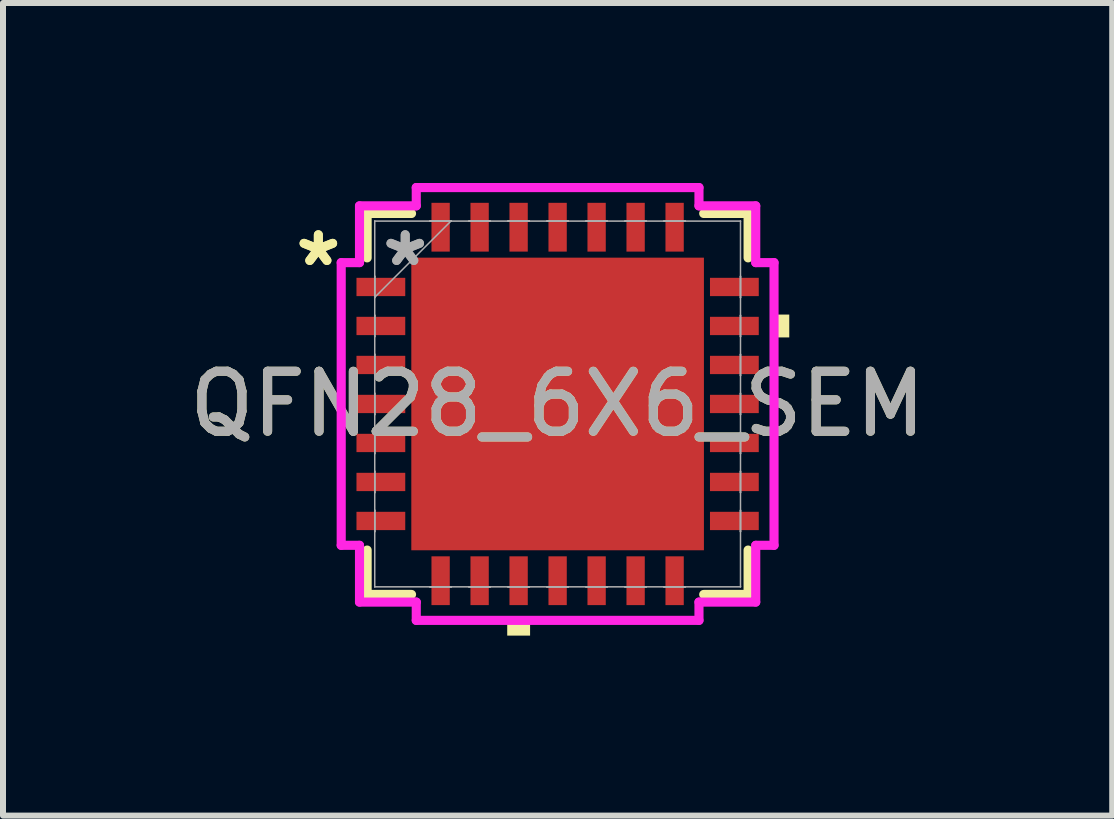
<source format=kicad_pcb>
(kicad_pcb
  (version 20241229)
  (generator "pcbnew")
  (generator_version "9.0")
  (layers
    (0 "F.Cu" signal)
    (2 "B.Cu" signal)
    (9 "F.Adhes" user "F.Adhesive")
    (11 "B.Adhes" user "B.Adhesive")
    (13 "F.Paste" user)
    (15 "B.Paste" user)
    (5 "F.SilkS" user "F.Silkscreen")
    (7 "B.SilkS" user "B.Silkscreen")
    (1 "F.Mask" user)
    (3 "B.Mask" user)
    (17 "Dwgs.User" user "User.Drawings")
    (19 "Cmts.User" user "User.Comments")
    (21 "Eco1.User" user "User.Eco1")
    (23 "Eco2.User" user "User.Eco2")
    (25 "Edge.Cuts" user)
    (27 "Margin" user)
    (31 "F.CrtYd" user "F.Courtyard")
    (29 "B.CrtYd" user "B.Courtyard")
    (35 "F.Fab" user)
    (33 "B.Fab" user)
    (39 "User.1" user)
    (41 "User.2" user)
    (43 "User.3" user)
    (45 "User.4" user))
  (footprint "QFN28_6X6_SEM"
    (layer "F.Cu")
    (at 6.244 3.683)
    (property "Reference" "QFN28_6X6_SEM" (at 0 0 0) (unlocked yes) (layer "F.SilkS") (effects (font (size 1 1) (thickness 0.15))))
    (attr smd)
    (fp_line (start -3.175 -3.175) (end -3.175 -2.435) (stroke (width 0.152) (type solid)) (layer "F.SilkS"))
    (fp_line (start -3.175 2.435) (end -3.175 3.175) (stroke (width 0.152) (type solid)) (layer "F.SilkS"))
    (fp_line (start -3.175 3.175) (end -2.435 3.175) (stroke (width 0.152) (type solid)) (layer "F.SilkS"))
    (fp_line (start -2.435 -3.175) (end -3.175 -3.175) (stroke (width 0.152) (type solid)) (layer "F.SilkS"))
    (fp_line (start 2.435 3.175) (end 3.175 3.175) (stroke (width 0.152) (type solid)) (layer "F.SilkS"))
    (fp_line (start 3.175 -3.175) (end 2.435 -3.175) (stroke (width 0.152) (type solid)) (layer "F.SilkS"))
    (fp_line (start 3.175 -2.435) (end 3.175 -3.175) (stroke (width 0.152) (type solid)) (layer "F.SilkS"))
    (fp_line (start 3.175 3.175) (end 3.175 2.435) (stroke (width 0.152) (type solid)) (layer "F.SilkS"))
    (fp_poly (pts (xy -0.84 3.607) (xy -0.84 3.861) (xy -0.459 3.861) (xy -0.459 3.607)) (stroke (width 0) (type solid)) (fill yes) (layer "F.SilkS"))
    (fp_poly (pts (xy 3.861 -1.49) (xy 3.861 -1.109) (xy 3.607 -1.109) (xy 3.607 -1.49)) (stroke (width 0) (type solid)) (fill yes) (layer "F.SilkS"))
    (fp_poly (pts (xy -2.338 -2.338) (xy -2.338 -0.913) (xy -0.913 -0.913) (xy -0.913 -2.338)) (stroke (width 0) (type solid)) (fill yes) (layer "F.Paste"))
    (fp_poly (pts (xy -2.338 -0.713) (xy -2.338 0.713) (xy -0.913 0.713) (xy -0.913 -0.713)) (stroke (width 0) (type solid)) (fill yes) (layer "F.Paste"))
    (fp_poly (pts (xy -2.338 0.913) (xy -2.338 2.338) (xy -0.913 2.338) (xy -0.913 0.913)) (stroke (width 0) (type solid)) (fill yes) (layer "F.Paste"))
    (fp_poly (pts (xy -0.713 -2.338) (xy -0.713 -0.913) (xy 0.713 -0.913) (xy 0.713 -2.338)) (stroke (width 0) (type solid)) (fill yes) (layer "F.Paste"))
    (fp_poly (pts (xy -0.713 -0.713) (xy -0.713 0.713) (xy 0.713 0.713) (xy 0.713 -0.713)) (stroke (width 0) (type solid)) (fill yes) (layer "F.Paste"))
    (fp_poly (pts (xy -0.713 0.913) (xy -0.713 2.338) (xy 0.713 2.338) (xy 0.713 0.913)) (stroke (width 0) (type solid)) (fill yes) (layer "F.Paste"))
    (fp_poly (pts (xy 0.913 -2.338) (xy 0.913 -0.913) (xy 2.338 -0.913) (xy 2.338 -2.338)) (stroke (width 0) (type solid)) (fill yes) (layer "F.Paste"))
    (fp_poly (pts (xy 0.913 -0.713) (xy 0.913 0.713) (xy 2.338 0.713) (xy 2.338 -0.713)) (stroke (width 0) (type solid)) (fill yes) (layer "F.Paste"))
    (fp_poly (pts (xy 0.913 0.913) (xy 0.913 2.338) (xy 2.338 2.338) (xy 2.338 0.913)) (stroke (width 0) (type solid)) (fill yes) (layer "F.Paste"))
    (fp_line (start -3.607 -2.356) (end -3.302 -2.356) (stroke (width 0.152) (type solid)) (layer "F.CrtYd"))
    (fp_line (start -3.607 2.356) (end -3.607 -2.356) (stroke (width 0.152) (type solid)) (layer "F.CrtYd"))
    (fp_line (start -3.302 -3.302) (end -2.356 -3.302) (stroke (width 0.152) (type solid)) (layer "F.CrtYd"))
    (fp_line (start -3.302 -2.356) (end -3.302 -3.302) (stroke (width 0.152) (type solid)) (layer "F.CrtYd"))
    (fp_line (start -3.302 2.356) (end -3.607 2.356) (stroke (width 0.152) (type solid)) (layer "F.CrtYd"))
    (fp_line (start -3.302 3.302) (end -3.302 2.356) (stroke (width 0.152) (type solid)) (layer "F.CrtYd"))
    (fp_line (start -2.356 -3.607) (end 2.356 -3.607) (stroke (width 0.152) (type solid)) (layer "F.CrtYd"))
    (fp_line (start -2.356 -3.302) (end -2.356 -3.607) (stroke (width 0.152) (type solid)) (layer "F.CrtYd"))
    (fp_line (start -2.356 3.302) (end -3.302 3.302) (stroke (width 0.152) (type solid)) (layer "F.CrtYd"))
    (fp_line (start -2.356 3.607) (end -2.356 3.302) (stroke (width 0.152) (type solid)) (layer "F.CrtYd"))
    (fp_line (start 2.356 -3.607) (end 2.356 -3.302) (stroke (width 0.152) (type solid)) (layer "F.CrtYd"))
    (fp_line (start 2.356 -3.302) (end 3.302 -3.302) (stroke (width 0.152) (type solid)) (layer "F.CrtYd"))
    (fp_line (start 2.356 3.302) (end 2.356 3.607) (stroke (width 0.152) (type solid)) (layer "F.CrtYd"))
    (fp_line (start 2.356 3.607) (end -2.356 3.607) (stroke (width 0.152) (type solid)) (layer "F.CrtYd"))
    (fp_line (start 3.302 -3.302) (end 3.302 -2.356) (stroke (width 0.152) (type solid)) (layer "F.CrtYd"))
    (fp_line (start 3.302 -2.356) (end 3.607 -2.356) (stroke (width 0.152) (type solid)) (layer "F.CrtYd"))
    (fp_line (start 3.302 2.356) (end 3.302 3.302) (stroke (width 0.152) (type solid)) (layer "F.CrtYd"))
    (fp_line (start 3.302 3.302) (end 2.356 3.302) (stroke (width 0.152) (type solid)) (layer "F.CrtYd"))
    (fp_line (start 3.607 -2.356) (end 3.607 2.356) (stroke (width 0.152) (type solid)) (layer "F.CrtYd"))
    (fp_line (start 3.607 2.356) (end 3.302 2.356) (stroke (width 0.152) (type solid)) (layer "F.CrtYd"))
    (fp_line (start -3.048 -3.048) (end -3.048 -3.048) (stroke (width 0.025) (type solid)) (layer "F.Fab"))
    (fp_line (start -3.048 -3.048) (end -3.048 3.048) (stroke (width 0.025) (type solid)) (layer "F.Fab"))
    (fp_line (start -3.048 -2.128) (end -3.048 -2.128) (stroke (width 0.025) (type solid)) (layer "F.Fab"))
    (fp_line (start -3.048 -2.128) (end -3.048 -1.772) (stroke (width 0.025) (type solid)) (layer "F.Fab"))
    (fp_line (start -3.048 -1.778) (end -1.778 -3.048) (stroke (width 0.025) (type solid)) (layer "F.Fab"))
    (fp_line (start -3.048 -1.772) (end -3.048 -2.128) (stroke (width 0.025) (type solid)) (layer "F.Fab"))
    (fp_line (start -3.048 -1.772) (end -3.048 -1.772) (stroke (width 0.025) (type solid)) (layer "F.Fab"))
    (fp_line (start -3.048 -1.478) (end -3.048 -1.478) (stroke (width 0.025) (type solid)) (layer "F.Fab"))
    (fp_line (start -3.048 -1.478) (end -3.048 -1.122) (stroke (width 0.025) (type solid)) (layer "F.Fab"))
    (fp_line (start -3.048 -1.122) (end -3.048 -1.478) (stroke (width 0.025) (type solid)) (layer "F.Fab"))
    (fp_line (start -3.048 -1.122) (end -3.048 -1.122) (stroke (width 0.025) (type solid)) (layer "F.Fab"))
    (fp_line (start -3.048 -0.828) (end -3.048 -0.828) (stroke (width 0.025) (type solid)) (layer "F.Fab"))
    (fp_line (start -3.048 -0.828) (end -3.048 -0.472) (stroke (width 0.025) (type solid)) (layer "F.Fab"))
    (fp_line (start -3.048 -0.472) (end -3.048 -0.828) (stroke (width 0.025) (type solid)) (layer "F.Fab"))
    (fp_line (start -3.048 -0.472) (end -3.048 -0.472) (stroke (width 0.025) (type solid)) (layer "F.Fab"))
    (fp_line (start -3.048 -0.178) (end -3.048 -0.178) (stroke (width 0.025) (type solid)) (layer "F.Fab"))
    (fp_line (start -3.048 -0.178) (end -3.048 0.178) (stroke (width 0.025) (type solid)) (layer "F.Fab"))
    (fp_line (start -3.048 0.178) (end -3.048 -0.178) (stroke (width 0.025) (type solid)) (layer "F.Fab"))
    (fp_line (start -3.048 0.178) (end -3.048 0.178) (stroke (width 0.025) (type solid)) (layer "F.Fab"))
    (fp_line (start -3.048 0.472) (end -3.048 0.472) (stroke (width 0.025) (type solid)) (layer "F.Fab"))
    (fp_line (start -3.048 0.472) (end -3.048 0.828) (stroke (width 0.025) (type solid)) (layer "F.Fab"))
    (fp_line (start -3.048 0.828) (end -3.048 0.472) (stroke (width 0.025) (type solid)) (layer "F.Fab"))
    (fp_line (start -3.048 0.828) (end -3.048 0.828) (stroke (width 0.025) (type solid)) (layer "F.Fab"))
    (fp_line (start -3.048 1.122) (end -3.048 1.122) (stroke (width 0.025) (type solid)) (layer "F.Fab"))
    (fp_line (start -3.048 1.122) (end -3.048 1.478) (stroke (width 0.025) (type solid)) (layer "F.Fab"))
    (fp_line (start -3.048 1.478) (end -3.048 1.122) (stroke (width 0.025) (type solid)) (layer "F.Fab"))
    (fp_line (start -3.048 1.478) (end -3.048 1.478) (stroke (width 0.025) (type solid)) (layer "F.Fab"))
    (fp_line (start -3.048 1.772) (end -3.048 1.772) (stroke (width 0.025) (type solid)) (layer "F.Fab"))
    (fp_line (start -3.048 1.772) (end -3.048 2.128) (stroke (width 0.025) (type solid)) (layer "F.Fab"))
    (fp_line (start -3.048 2.128) (end -3.048 1.772) (stroke (width 0.025) (type solid)) (layer "F.Fab"))
    (fp_line (start -3.048 2.128) (end -3.048 2.128) (stroke (width 0.025) (type solid)) (layer "F.Fab"))
    (fp_line (start -3.048 3.048) (end -3.048 3.048) (stroke (width 0.025) (type solid)) (layer "F.Fab"))
    (fp_line (start -3.048 3.048) (end 3.048 3.048) (stroke (width 0.025) (type solid)) (layer "F.Fab"))
    (fp_line (start -2.128 -3.048) (end -2.128 -3.048) (stroke (width 0.025) (type solid)) (layer "F.Fab"))
    (fp_line (start -2.128 -3.048) (end -1.772 -3.048) (stroke (width 0.025) (type solid)) (layer "F.Fab"))
    (fp_line (start -2.128 3.048) (end -2.128 3.048) (stroke (width 0.025) (type solid)) (layer "F.Fab"))
    (fp_line (start -2.128 3.048) (end -1.772 3.048) (stroke (width 0.025) (type solid)) (layer "F.Fab"))
    (fp_line (start -1.772 -3.048) (end -2.128 -3.048) (stroke (width 0.025) (type solid)) (layer "F.Fab"))
    (fp_line (start -1.772 -3.048) (end -1.772 -3.048) (stroke (width 0.025) (type solid)) (layer "F.Fab"))
    (fp_line (start -1.772 3.048) (end -2.128 3.048) (stroke (width 0.025) (type solid)) (layer "F.Fab"))
    (fp_line (start -1.772 3.048) (end -1.772 3.048) (stroke (width 0.025) (type solid)) (layer "F.Fab"))
    (fp_line (start -1.478 -3.048) (end -1.478 -3.048) (stroke (width 0.025) (type solid)) (layer "F.Fab"))
    (fp_line (start -1.478 -3.048) (end -1.122 -3.048) (stroke (width 0.025) (type solid)) (layer "F.Fab"))
    (fp_line (start -1.478 3.048) (end -1.478 3.048) (stroke (width 0.025) (type solid)) (layer "F.Fab"))
    (fp_line (start -1.478 3.048) (end -1.122 3.048) (stroke (width 0.025) (type solid)) (layer "F.Fab"))
    (fp_line (start -1.122 -3.048) (end -1.478 -3.048) (stroke (width 0.025) (type solid)) (layer "F.Fab"))
    (fp_line (start -1.122 -3.048) (end -1.122 -3.048) (stroke (width 0.025) (type solid)) (layer "F.Fab"))
    (fp_line (start -1.122 3.048) (end -1.478 3.048) (stroke (width 0.025) (type solid)) (layer "F.Fab"))
    (fp_line (start -1.122 3.048) (end -1.122 3.048) (stroke (width 0.025) (type solid)) (layer "F.Fab"))
    (fp_line (start -0.828 -3.048) (end -0.828 -3.048) (stroke (width 0.025) (type solid)) (layer "F.Fab"))
    (fp_line (start -0.828 -3.048) (end -0.472 -3.048) (stroke (width 0.025) (type solid)) (layer "F.Fab"))
    (fp_line (start -0.828 3.048) (end -0.828 3.048) (stroke (width 0.025) (type solid)) (layer "F.Fab"))
    (fp_line (start -0.828 3.048) (end -0.472 3.048) (stroke (width 0.025) (type solid)) (layer "F.Fab"))
    (fp_line (start -0.472 -3.048) (end -0.828 -3.048) (stroke (width 0.025) (type solid)) (layer "F.Fab"))
    (fp_line (start -0.472 -3.048) (end -0.472 -3.048) (stroke (width 0.025) (type solid)) (layer "F.Fab"))
    (fp_line (start -0.472 3.048) (end -0.828 3.048) (stroke (width 0.025) (type solid)) (layer "F.Fab"))
    (fp_line (start -0.472 3.048) (end -0.472 3.048) (stroke (width 0.025) (type solid)) (layer "F.Fab"))
    (fp_line (start -0.178 -3.048) (end -0.178 -3.048) (stroke (width 0.025) (type solid)) (layer "F.Fab"))
    (fp_line (start -0.178 -3.048) (end 0.178 -3.048) (stroke (width 0.025) (type solid)) (layer "F.Fab"))
    (fp_line (start -0.178 3.048) (end -0.178 3.048) (stroke (width 0.025) (type solid)) (layer "F.Fab"))
    (fp_line (start -0.178 3.048) (end 0.178 3.048) (stroke (width 0.025) (type solid)) (layer "F.Fab"))
    (fp_line (start 0.178 -3.048) (end -0.178 -3.048) (stroke (width 0.025) (type solid)) (layer "F.Fab"))
    (fp_line (start 0.178 -3.048) (end 0.178 -3.048) (stroke (width 0.025) (type solid)) (layer "F.Fab"))
    (fp_line (start 0.178 3.048) (end -0.178 3.048) (stroke (width 0.025) (type solid)) (layer "F.Fab"))
    (fp_line (start 0.178 3.048) (end 0.178 3.048) (stroke (width 0.025) (type solid)) (layer "F.Fab"))
    (fp_line (start 0.472 -3.048) (end 0.472 -3.048) (stroke (width 0.025) (type solid)) (layer "F.Fab"))
    (fp_line (start 0.472 -3.048) (end 0.828 -3.048) (stroke (width 0.025) (type solid)) (layer "F.Fab"))
    (fp_line (start 0.472 3.048) (end 0.472 3.048) (stroke (width 0.025) (type solid)) (layer "F.Fab"))
    (fp_line (start 0.472 3.048) (end 0.828 3.048) (stroke (width 0.025) (type solid)) (layer "F.Fab"))
    (fp_line (start 0.828 -3.048) (end 0.472 -3.048) (stroke (width 0.025) (type solid)) (layer "F.Fab"))
    (fp_line (start 0.828 -3.048) (end 0.828 -3.048) (stroke (width 0.025) (type solid)) (layer "F.Fab"))
    (fp_line (start 0.828 3.048) (end 0.472 3.048) (stroke (width 0.025) (type solid)) (layer "F.Fab"))
    (fp_line (start 0.828 3.048) (end 0.828 3.048) (stroke (width 0.025) (type solid)) (layer "F.Fab"))
    (fp_line (start 1.122 -3.048) (end 1.122 -3.048) (stroke (width 0.025) (type solid)) (layer "F.Fab"))
    (fp_line (start 1.122 -3.048) (end 1.478 -3.048) (stroke (width 0.025) (type solid)) (layer "F.Fab"))
    (fp_line (start 1.122 3.048) (end 1.122 3.048) (stroke (width 0.025) (type solid)) (layer "F.Fab"))
    (fp_line (start 1.122 3.048) (end 1.478 3.048) (stroke (width 0.025) (type solid)) (layer "F.Fab"))
    (fp_line (start 1.478 -3.048) (end 1.122 -3.048) (stroke (width 0.025) (type solid)) (layer "F.Fab"))
    (fp_line (start 1.478 -3.048) (end 1.478 -3.048) (stroke (width 0.025) (type solid)) (layer "F.Fab"))
    (fp_line (start 1.478 3.048) (end 1.122 3.048) (stroke (width 0.025) (type solid)) (layer "F.Fab"))
    (fp_line (start 1.478 3.048) (end 1.478 3.048) (stroke (width 0.025) (type solid)) (layer "F.Fab"))
    (fp_line (start 1.772 -3.048) (end 1.772 -3.048) (stroke (width 0.025) (type solid)) (layer "F.Fab"))
    (fp_line (start 1.772 -3.048) (end 2.128 -3.048) (stroke (width 0.025) (type solid)) (layer "F.Fab"))
    (fp_line (start 1.772 3.048) (end 1.772 3.048) (stroke (width 0.025) (type solid)) (layer "F.Fab"))
    (fp_line (start 1.772 3.048) (end 2.128 3.048) (stroke (width 0.025) (type solid)) (layer "F.Fab"))
    (fp_line (start 2.128 -3.048) (end 1.772 -3.048) (stroke (width 0.025) (type solid)) (layer "F.Fab"))
    (fp_line (start 2.128 -3.048) (end 2.128 -3.048) (stroke (width 0.025) (type solid)) (layer "F.Fab"))
    (fp_line (start 2.128 3.048) (end 1.772 3.048) (stroke (width 0.025) (type solid)) (layer "F.Fab"))
    (fp_line (start 2.128 3.048) (end 2.128 3.048) (stroke (width 0.025) (type solid)) (layer "F.Fab"))
    (fp_line (start 3.048 -3.048) (end -3.048 -3.048) (stroke (width 0.025) (type solid)) (layer "F.Fab"))
    (fp_line (start 3.048 -3.048) (end 3.048 -3.048) (stroke (width 0.025) (type solid)) (layer "F.Fab"))
    (fp_line (start 3.048 -2.128) (end 3.048 -2.128) (stroke (width 0.025) (type solid)) (layer "F.Fab"))
    (fp_line (start 3.048 -2.128) (end 3.048 -1.772) (stroke (width 0.025) (type solid)) (layer "F.Fab"))
    (fp_line (start 3.048 -1.772) (end 3.048 -2.128) (stroke (width 0.025) (type solid)) (layer "F.Fab"))
    (fp_line (start 3.048 -1.772) (end 3.048 -1.772) (stroke (width 0.025) (type solid)) (layer "F.Fab"))
    (fp_line (start 3.048 -1.478) (end 3.048 -1.478) (stroke (width 0.025) (type solid)) (layer "F.Fab"))
    (fp_line (start 3.048 -1.478) (end 3.048 -1.122) (stroke (width 0.025) (type solid)) (layer "F.Fab"))
    (fp_line (start 3.048 -1.122) (end 3.048 -1.478) (stroke (width 0.025) (type solid)) (layer "F.Fab"))
    (fp_line (start 3.048 -1.122) (end 3.048 -1.122) (stroke (width 0.025) (type solid)) (layer "F.Fab"))
    (fp_line (start 3.048 -0.828) (end 3.048 -0.828) (stroke (width 0.025) (type solid)) (layer "F.Fab"))
    (fp_line (start 3.048 -0.828) (end 3.048 -0.472) (stroke (width 0.025) (type solid)) (layer "F.Fab"))
    (fp_line (start 3.048 -0.472) (end 3.048 -0.828) (stroke (width 0.025) (type solid)) (layer "F.Fab"))
    (fp_line (start 3.048 -0.472) (end 3.048 -0.472) (stroke (width 0.025) (type solid)) (layer "F.Fab"))
    (fp_line (start 3.048 -0.178) (end 3.048 -0.178) (stroke (width 0.025) (type solid)) (layer "F.Fab"))
    (fp_line (start 3.048 -0.178) (end 3.048 0.178) (stroke (width 0.025) (type solid)) (layer "F.Fab"))
    (fp_line (start 3.048 0.178) (end 3.048 -0.178) (stroke (width 0.025) (type solid)) (layer "F.Fab"))
    (fp_line (start 3.048 0.178) (end 3.048 0.178) (stroke (width 0.025) (type solid)) (layer "F.Fab"))
    (fp_line (start 3.048 0.472) (end 3.048 0.472) (stroke (width 0.025) (type solid)) (layer "F.Fab"))
    (fp_line (start 3.048 0.472) (end 3.048 0.828) (stroke (width 0.025) (type solid)) (layer "F.Fab"))
    (fp_line (start 3.048 0.828) (end 3.048 0.472) (stroke (width 0.025) (type solid)) (layer "F.Fab"))
    (fp_line (start 3.048 0.828) (end 3.048 0.828) (stroke (width 0.025) (type solid)) (layer "F.Fab"))
    (fp_line (start 3.048 1.122) (end 3.048 1.122) (stroke (width 0.025) (type solid)) (layer "F.Fab"))
    (fp_line (start 3.048 1.122) (end 3.048 1.478) (stroke (width 0.025) (type solid)) (layer "F.Fab"))
    (fp_line (start 3.048 1.478) (end 3.048 1.122) (stroke (width 0.025) (type solid)) (layer "F.Fab"))
    (fp_line (start 3.048 1.478) (end 3.048 1.478) (stroke (width 0.025) (type solid)) (layer "F.Fab"))
    (fp_line (start 3.048 1.772) (end 3.048 1.772) (stroke (width 0.025) (type solid)) (layer "F.Fab"))
    (fp_line (start 3.048 1.772) (end 3.048 2.128) (stroke (width 0.025) (type solid)) (layer "F.Fab"))
    (fp_line (start 3.048 2.128) (end 3.048 1.772) (stroke (width 0.025) (type solid)) (layer "F.Fab"))
    (fp_line (start 3.048 2.128) (end 3.048 2.128) (stroke (width 0.025) (type solid)) (layer "F.Fab"))
    (fp_line (start 3.048 3.048) (end 3.048 -3.048) (stroke (width 0.025) (type solid)) (layer "F.Fab"))
    (fp_line (start 3.048 3.048) (end 3.048 3.048) (stroke (width 0.025) (type solid)) (layer "F.Fab"))
    (fp_text user "*" (at -3.988 -2.275 0) (layer "F.SilkS") (effects (font (size 1 1) (thickness 0.15))))
    (fp_text user "*" (at -3.988 -2.275 0) (unlocked yes) (layer "F.SilkS") (effects (font (size 1 1) (thickness 0.15))))
    (fp_text user "*" (at -2.54 -2.275 0) (layer "F.Fab") (effects (font (size 1 1) (thickness 0.15))))
    (fp_text user "${REFERENCE}" (at 0 0 0) (unlocked yes) (layer "F.Fab") (effects (font (size 1 1) (thickness 0.15))))
    (fp_text user "*" (at -2.54 -2.275 0) (unlocked yes) (layer "F.Fab") (effects (font (size 1 1) (thickness 0.15))))
    (pad "1" smd rect (at -2.946 -1.95 90) (size 0.305 0.813) (layers "F.Cu" "F.Mask" "F.Paste"))
    (pad "2" smd rect (at -2.946 -1.3 90) (size 0.305 0.813) (layers "F.Cu" "F.Mask" "F.Paste"))
    (pad "3" smd rect (at -2.946 -0.65 90) (size 0.305 0.813) (layers "F.Cu" "F.Mask" "F.Paste"))
    (pad "4" smd rect (at -2.946 0 90) (size 0.305 0.813) (layers "F.Cu" "F.Mask" "F.Paste"))
    (pad "5" smd rect (at -2.946 0.65 90) (size 0.305 0.813) (layers "F.Cu" "F.Mask" "F.Paste"))
    (pad "6" smd rect (at -2.946 1.3 90) (size 0.305 0.813) (layers "F.Cu" "F.Mask" "F.Paste"))
    (pad "7" smd rect (at -2.946 1.95 90) (size 0.305 0.813) (layers "F.Cu" "F.Mask" "F.Paste"))
    (pad "8" smd rect (at -1.95 2.946) (size 0.305 0.813) (layers "F.Cu" "F.Mask" "F.Paste"))
    (pad "9" smd rect (at -1.3 2.946) (size 0.305 0.813) (layers "F.Cu" "F.Mask" "F.Paste"))
    (pad "10" smd rect (at -0.65 2.946) (size 0.305 0.813) (layers "F.Cu" "F.Mask" "F.Paste"))
    (pad "11" smd rect (at 0 2.946) (size 0.305 0.813) (layers "F.Cu" "F.Mask" "F.Paste"))
    (pad "12" smd rect (at 0.65 2.946) (size 0.305 0.813) (layers "F.Cu" "F.Mask" "F.Paste"))
    (pad "13" smd rect (at 1.3 2.946) (size 0.305 0.813) (layers "F.Cu" "F.Mask" "F.Paste"))
    (pad "14" smd rect (at 1.95 2.946) (size 0.305 0.813) (layers "F.Cu" "F.Mask" "F.Paste"))
    (pad "15" smd rect (at 2.946 1.95 90) (size 0.305 0.813) (layers "F.Cu" "F.Mask" "F.Paste"))
    (pad "16" smd rect (at 2.946 1.3 90) (size 0.305 0.813) (layers "F.Cu" "F.Mask" "F.Paste"))
    (pad "17" smd rect (at 2.946 0.65 90) (size 0.305 0.813) (layers "F.Cu" "F.Mask" "F.Paste"))
    (pad "18" smd rect (at 2.946 0 90) (size 0.305 0.813) (layers "F.Cu" "F.Mask" "F.Paste"))
    (pad "19" smd rect (at 2.946 -0.65 90) (size 0.305 0.813) (layers "F.Cu" "F.Mask" "F.Paste"))
    (pad "20" smd rect (at 2.946 -1.3 90) (size 0.305 0.813) (layers "F.Cu" "F.Mask" "F.Paste"))
    (pad "21" smd rect (at 2.946 -1.95 90) (size 0.305 0.813) (layers "F.Cu" "F.Mask" "F.Paste"))
    (pad "22" smd rect (at 1.95 -2.946) (size 0.305 0.813) (layers "F.Cu" "F.Mask" "F.Paste"))
    (pad "23" smd rect (at 1.3 -2.946) (size 0.305 0.813) (layers "F.Cu" "F.Mask" "F.Paste"))
    (pad "24" smd rect (at 0.65 -2.946) (size 0.305 0.813) (layers "F.Cu" "F.Mask" "F.Paste"))
    (pad "25" smd rect (at 0 -2.946) (size 0.305 0.813) (layers "F.Cu" "F.Mask" "F.Paste"))
    (pad "26" smd rect (at -0.65 -2.946) (size 0.305 0.813) (layers "F.Cu" "F.Mask" "F.Paste"))
    (pad "27" smd rect (at -1.3 -2.946) (size 0.305 0.813) (layers "F.Cu" "F.Mask" "F.Paste"))
    (pad "28" smd rect (at -1.95 -2.946) (size 0.305 0.813) (layers "F.Cu" "F.Mask" "F.Paste"))
    (pad "29" smd rect (at 0 0) (size 4.877 4.877) (layers "F.Cu" "F.Mask")))
  (gr_rect
    (start -3 -3)
    (end 15.488 10.544)
    (stroke (width 0.1) (type default))
    (fill no)
    (layer "Edge.Cuts")))
</source>
